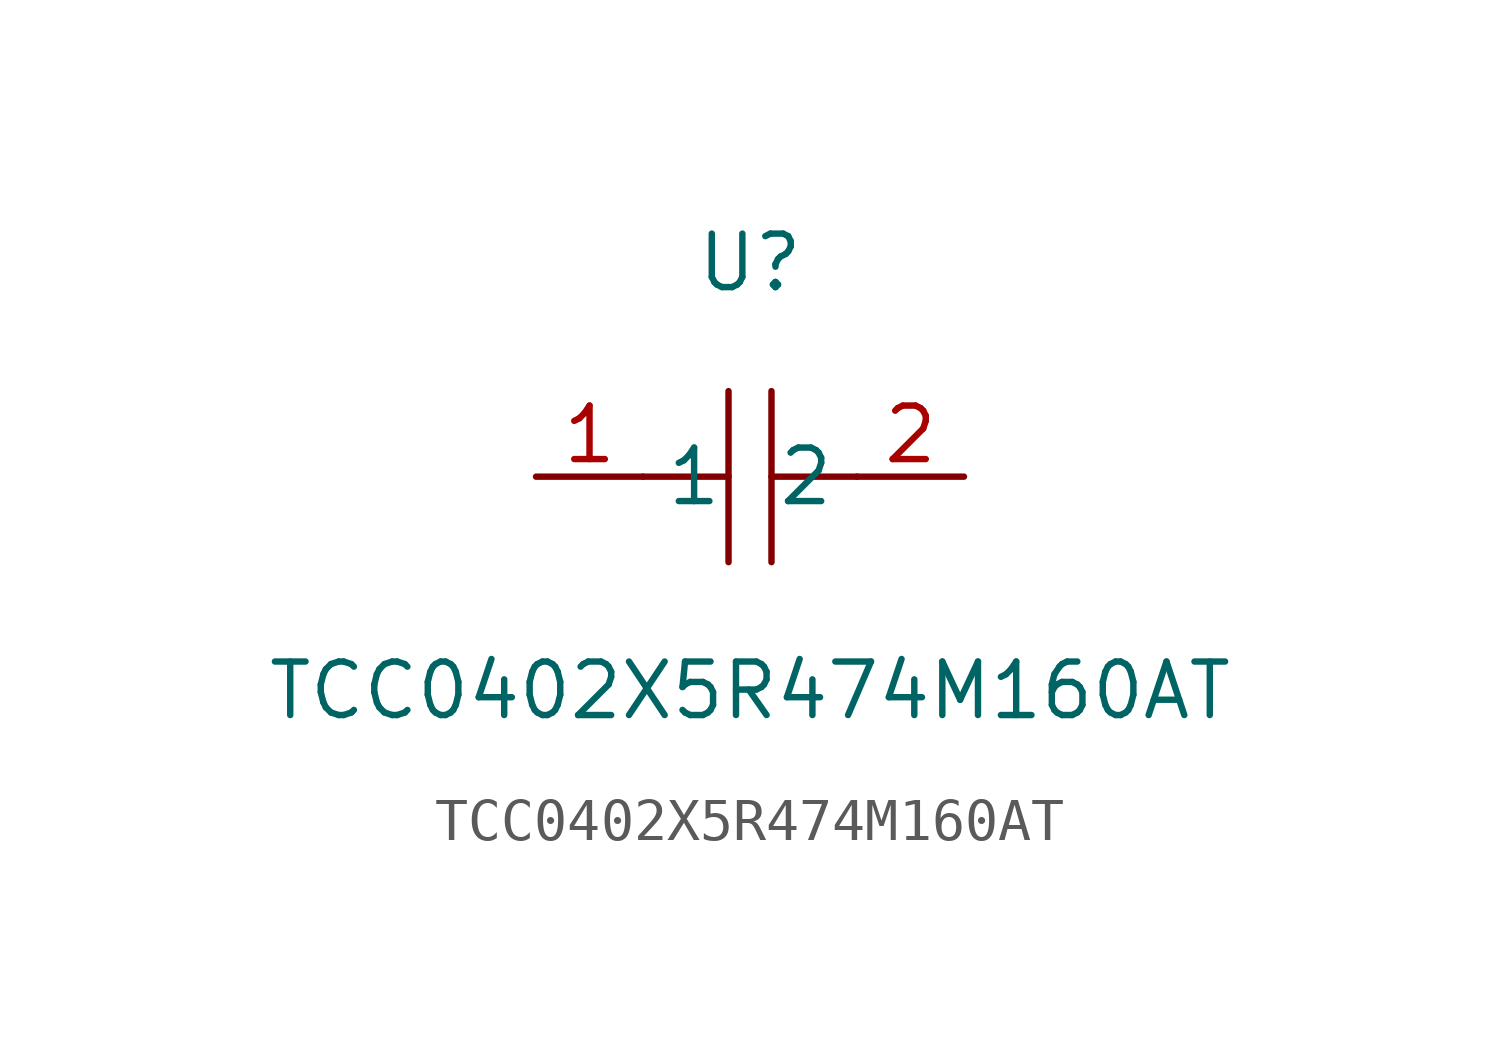
<source format=kicad_sym>
(kicad_symbol_lib
  (version 1)
  (generator "faebryk")
  (symbol "TCC0402X5R474M160AT"
    (property "Reference" "U"
      (at 0 5.08 0)
      (effects (font (size 1.27 1.27)) (hide no)))
    (property "Value" "TCC0402X5R474M160AT"
      (at 0 -5.08 0)
      (effects (font (size 1.27 1.27)) (hide no)))
    (symbol "TCC0402X5R474M160AT_0_1"
      (polyline (stroke (width 0) (type default) (color 0 0 0 0)) (fill (type none)) (pts (xy -0.51 -2.03) (xy -0.51 2.03)))
      (polyline (stroke (width 0) (type default) (color 0 0 0 0)) (fill (type none)) (pts (xy 2.54 0) (xy 0.51 0)))
      (polyline (stroke (width 0) (type default) (color 0 0 0 0)) (fill (type none)) (pts (xy 0.51 2.03) (xy 0.51 -2.03)))
      (polyline (stroke (width 0) (type default) (color 0 0 0 0)) (fill (type none)) (pts (xy -0.51 0) (xy -2.54 0)))
      (pin unspecified line (at -5.08 0 0) (length 2.54) (name "1" (effects (font (size 1.27 1.27)) (hide no))) (number "1" (effects (font (size 1.27 1.27)) (hide no))))
      (pin unspecified line (at 5.08 0 180) (length 2.54) (name "2" (effects (font (size 1.27 1.27)) (hide no))) (number "2" (effects (font (size 1.27 1.27)) (hide no)))))))
</source>
